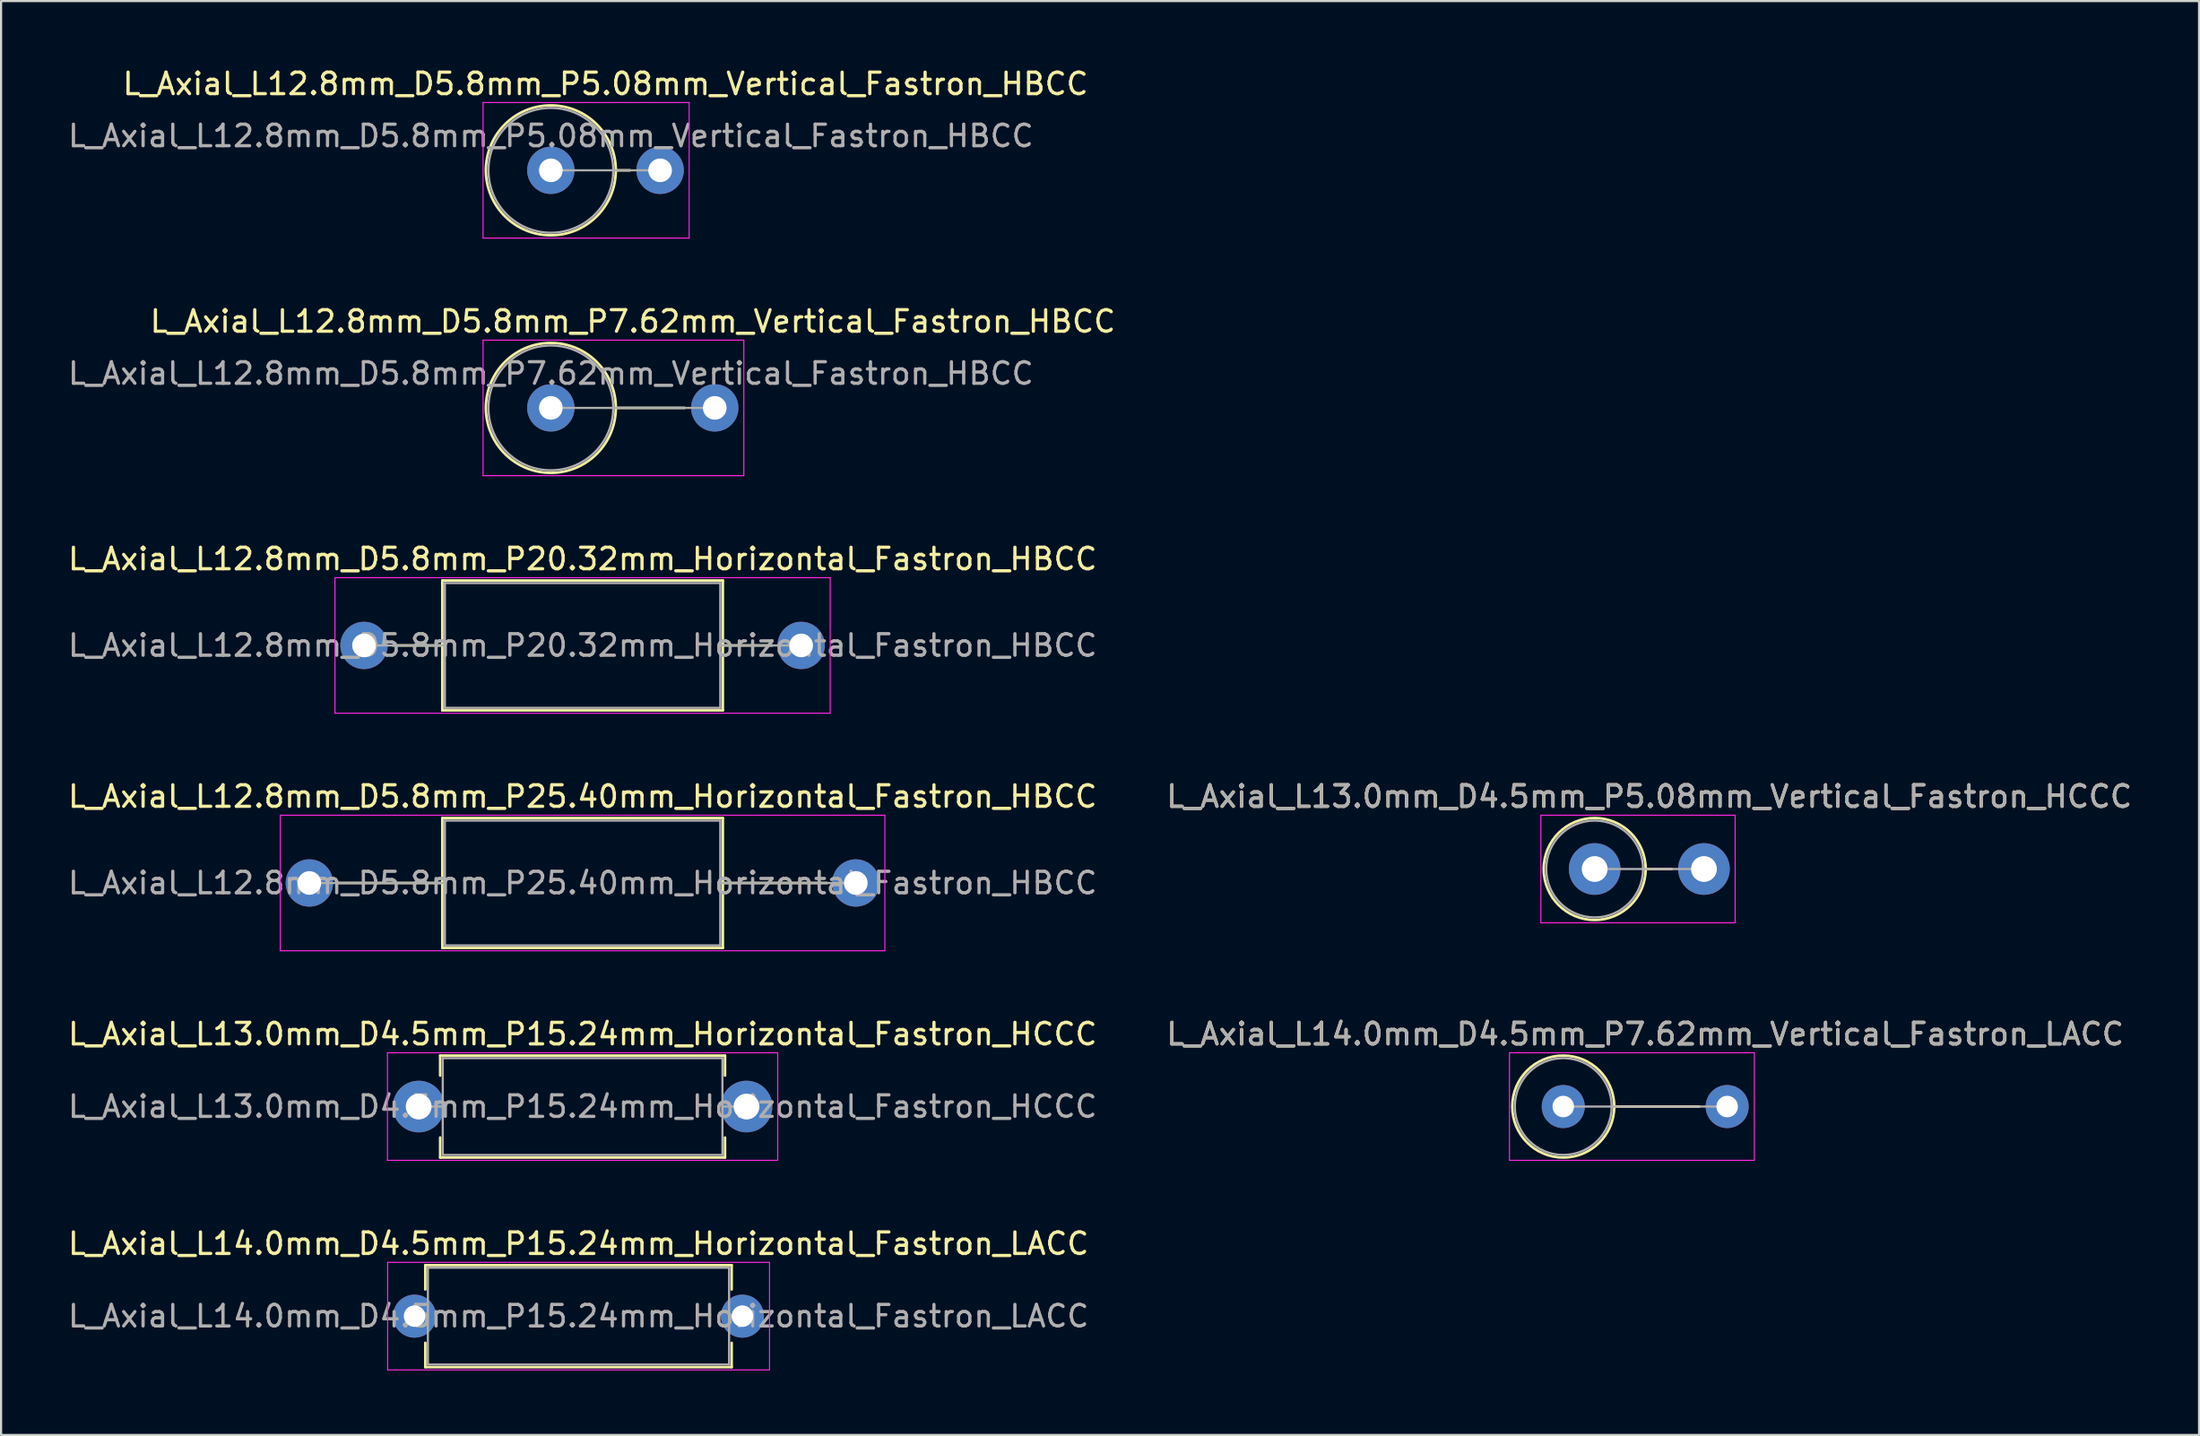
<source format=kicad_pcb>
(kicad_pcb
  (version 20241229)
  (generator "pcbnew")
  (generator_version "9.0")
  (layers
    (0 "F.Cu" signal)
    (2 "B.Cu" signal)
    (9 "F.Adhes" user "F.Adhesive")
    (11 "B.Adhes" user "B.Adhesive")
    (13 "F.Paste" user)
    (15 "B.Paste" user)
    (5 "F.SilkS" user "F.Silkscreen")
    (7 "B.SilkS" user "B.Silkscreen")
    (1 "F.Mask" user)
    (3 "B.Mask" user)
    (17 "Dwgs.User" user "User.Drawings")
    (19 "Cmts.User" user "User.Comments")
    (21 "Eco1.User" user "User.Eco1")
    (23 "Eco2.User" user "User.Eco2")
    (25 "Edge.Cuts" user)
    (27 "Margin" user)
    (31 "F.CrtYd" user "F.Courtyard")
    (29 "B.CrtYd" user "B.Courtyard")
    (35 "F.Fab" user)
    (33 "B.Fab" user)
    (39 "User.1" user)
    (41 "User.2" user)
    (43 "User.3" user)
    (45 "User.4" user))
  (footprint "L_Axial_L13.0mm_D4.5mm_P5.08mm_Vertical_Fastron_HCCC"
    (layer "F.Cu")
    (at 71.073 37.348)
    (property "Reference" "L_Axial_L13.0mm_D4.5mm_P5.08mm_Vertical_Fastron_HCCC" (at 2.54 -3.37 0) (layer "F.SilkS") (effects (font (size 1 1) (thickness 0.15))))
    (attr through_hole)
    (fp_line (start 2.37 0) (end 3.58 0) (stroke (width 0.12) (type solid)) (layer "F.SilkS"))
    (fp_circle (center 0 0) (end 2.37 0) (stroke (width 0.12) (type solid)) (fill no) (layer "F.SilkS"))
    (fp_line (start -2.5 -2.5) (end -2.5 2.5) (stroke (width 0.05) (type solid)) (layer "F.CrtYd"))
    (fp_line (start -2.5 2.5) (end 6.53 2.5) (stroke (width 0.05) (type solid)) (layer "F.CrtYd"))
    (fp_line (start 6.53 -2.5) (end -2.5 -2.5) (stroke (width 0.05) (type solid)) (layer "F.CrtYd"))
    (fp_line (start 6.53 2.5) (end 6.53 -2.5) (stroke (width 0.05) (type solid)) (layer "F.CrtYd"))
    (fp_line (start 0 0) (end 5.08 0) (stroke (width 0.1) (type solid)) (layer "F.Fab"))
    (fp_circle (center 0 0) (end 2.25 0) (stroke (width 0.1) (type solid)) (fill no) (layer "F.Fab"))
    (fp_text user "${REFERENCE}" (at 2.54 -3.37 0) (layer "F.Fab") (effects (font (size 1 1) (thickness 0.15))))
    (pad "1" thru_hole circle (at 0 0) (size 2.4 2.4) (drill 1.2) (layers "*.Cu" "*.Mask"))
    (pad "2" thru_hole oval (at 5.08 0) (size 2.4 2.4) (drill 1.2) (layers "*.Cu" "*.Mask")))
  (footprint "L_Axial_L14.0mm_D4.5mm_P7.62mm_Vertical_Fastron_LACC"
    (layer "F.Cu")
    (at 69.613 48.391)
    (property "Reference" "L_Axial_L14.0mm_D4.5mm_P7.62mm_Vertical_Fastron_LACC" (at 3.81 -3.37 0) (layer "F.SilkS") (effects (font (size 1 1) (thickness 0.15))))
    (attr through_hole)
    (fp_line (start 2.37 0) (end 6.32 0) (stroke (width 0.12) (type solid)) (layer "F.SilkS"))
    (fp_circle (center 0 0) (end 2.37 0) (stroke (width 0.12) (type solid)) (fill no) (layer "F.SilkS"))
    (fp_line (start -2.5 -2.5) (end -2.5 2.5) (stroke (width 0.05) (type solid)) (layer "F.CrtYd"))
    (fp_line (start -2.5 2.5) (end 8.88 2.5) (stroke (width 0.05) (type solid)) (layer "F.CrtYd"))
    (fp_line (start 8.88 -2.5) (end -2.5 -2.5) (stroke (width 0.05) (type solid)) (layer "F.CrtYd"))
    (fp_line (start 8.88 2.5) (end 8.88 -2.5) (stroke (width 0.05) (type solid)) (layer "F.CrtYd"))
    (fp_line (start 0 0) (end 7.62 0) (stroke (width 0.1) (type solid)) (layer "F.Fab"))
    (fp_circle (center 0 0) (end 2.25 0) (stroke (width 0.1) (type solid)) (fill no) (layer "F.Fab"))
    (fp_text user "${REFERENCE}" (at 3.81 -3.37 0) (layer "F.Fab") (effects (font (size 1 1) (thickness 0.15))))
    (pad "1" thru_hole circle (at 0 0) (size 2 2) (drill 1) (layers "*.Cu" "*.Mask"))
    (pad "2" thru_hole oval (at 7.62 0) (size 2 2) (drill 1) (layers "*.Cu" "*.Mask")))
  (footprint "L_Axial_L14.0mm_D4.5mm_P15.24mm_Horizontal_Fastron_LACC"
    (layer "F.Cu")
    (at 16.219 58.135)
    (property "Reference" "L_Axial_L14.0mm_D4.5mm_P15.24mm_Horizontal_Fastron_LACC" (at 7.62 -3.37 0) (layer "F.SilkS") (effects (font (size 1 1) (thickness 0.15))))
    (attr through_hole)
    (fp_line (start 0.5 -2.37) (end 14.74 -2.37) (stroke (width 0.12) (type solid)) (layer "F.SilkS"))
    (fp_line (start 0.5 -1.24) (end 0.5 -2.37) (stroke (width 0.12) (type solid)) (layer "F.SilkS"))
    (fp_line (start 0.5 1.24) (end 0.5 2.37) (stroke (width 0.12) (type solid)) (layer "F.SilkS"))
    (fp_line (start 0.5 2.37) (end 14.74 2.37) (stroke (width 0.12) (type solid)) (layer "F.SilkS"))
    (fp_line (start 14.74 -2.37) (end 14.74 -1.24) (stroke (width 0.12) (type solid)) (layer "F.SilkS"))
    (fp_line (start 14.74 2.37) (end 14.74 1.24) (stroke (width 0.12) (type solid)) (layer "F.SilkS"))
    (fp_line (start -1.25 -2.5) (end -1.25 2.5) (stroke (width 0.05) (type solid)) (layer "F.CrtYd"))
    (fp_line (start -1.25 2.5) (end 16.5 2.5) (stroke (width 0.05) (type solid)) (layer "F.CrtYd"))
    (fp_line (start 16.5 -2.5) (end -1.25 -2.5) (stroke (width 0.05) (type solid)) (layer "F.CrtYd"))
    (fp_line (start 16.5 2.5) (end 16.5 -2.5) (stroke (width 0.05) (type solid)) (layer "F.CrtYd"))
    (fp_line (start 0 0) (end 0.62 0) (stroke (width 0.1) (type solid)) (layer "F.Fab"))
    (fp_line (start 0.62 -2.25) (end 0.62 2.25) (stroke (width 0.1) (type solid)) (layer "F.Fab"))
    (fp_line (start 0.62 2.25) (end 14.62 2.25) (stroke (width 0.1) (type solid)) (layer "F.Fab"))
    (fp_line (start 14.62 -2.25) (end 0.62 -2.25) (stroke (width 0.1) (type solid)) (layer "F.Fab"))
    (fp_line (start 14.62 2.25) (end 14.62 -2.25) (stroke (width 0.1) (type solid)) (layer "F.Fab"))
    (fp_line (start 15.24 0) (end 14.62 0) (stroke (width 0.1) (type solid)) (layer "F.Fab"))
    (fp_text user "${REFERENCE}" (at 7.62 0 0) (layer "F.Fab") (effects (font (size 1 1) (thickness 0.15))))
    (pad "1" thru_hole circle (at 0 0) (size 2 2) (drill 1) (layers "*.Cu" "*.Mask"))
    (pad "2" thru_hole oval (at 15.24 0) (size 2 2) (drill 1) (layers "*.Cu" "*.Mask")))
  (footprint "L_Axial_L13.0mm_D4.5mm_P15.24mm_Horizontal_Fastron_HCCC"
    (layer "F.Cu")
    (at 16.41 48.391)
    (property "Reference" "L_Axial_L13.0mm_D4.5mm_P15.24mm_Horizontal_Fastron_HCCC" (at 7.62 -3.37 0) (layer "F.SilkS") (effects (font (size 1 1) (thickness 0.15))))
    (attr through_hole)
    (fp_line (start 1 -2.37) (end 14.24 -2.37) (stroke (width 0.12) (type solid)) (layer "F.SilkS"))
    (fp_line (start 1 -1.44) (end 1 -2.37) (stroke (width 0.12) (type solid)) (layer "F.SilkS"))
    (fp_line (start 1 1.44) (end 1 2.37) (stroke (width 0.12) (type solid)) (layer "F.SilkS"))
    (fp_line (start 1 2.37) (end 14.24 2.37) (stroke (width 0.12) (type solid)) (layer "F.SilkS"))
    (fp_line (start 14.24 -2.37) (end 14.24 -1.44) (stroke (width 0.12) (type solid)) (layer "F.SilkS"))
    (fp_line (start 14.24 2.37) (end 14.24 1.44) (stroke (width 0.12) (type solid)) (layer "F.SilkS"))
    (fp_line (start -1.45 -2.5) (end -1.45 2.5) (stroke (width 0.05) (type solid)) (layer "F.CrtYd"))
    (fp_line (start -1.45 2.5) (end 16.69 2.5) (stroke (width 0.05) (type solid)) (layer "F.CrtYd"))
    (fp_line (start 16.69 -2.5) (end -1.45 -2.5) (stroke (width 0.05) (type solid)) (layer "F.CrtYd"))
    (fp_line (start 16.69 2.5) (end 16.69 -2.5) (stroke (width 0.05) (type solid)) (layer "F.CrtYd"))
    (fp_line (start 0 0) (end 1.12 0) (stroke (width 0.1) (type solid)) (layer "F.Fab"))
    (fp_line (start 1.12 -2.25) (end 1.12 2.25) (stroke (width 0.1) (type solid)) (layer "F.Fab"))
    (fp_line (start 1.12 2.25) (end 14.12 2.25) (stroke (width 0.1) (type solid)) (layer "F.Fab"))
    (fp_line (start 14.12 -2.25) (end 1.12 -2.25) (stroke (width 0.1) (type solid)) (layer "F.Fab"))
    (fp_line (start 14.12 2.25) (end 14.12 -2.25) (stroke (width 0.1) (type solid)) (layer "F.Fab"))
    (fp_line (start 15.24 0) (end 14.12 0) (stroke (width 0.1) (type solid)) (layer "F.Fab"))
    (fp_text user "${REFERENCE}" (at 7.62 0 0) (layer "F.Fab") (effects (font (size 1 1) (thickness 0.15))))
    (pad "1" thru_hole circle (at 0 0) (size 2.4 2.4) (drill 1.2) (layers "*.Cu" "*.Mask"))
    (pad "2" thru_hole oval (at 15.24 0) (size 2.4 2.4) (drill 1.2) (layers "*.Cu" "*.Mask")))
  (footprint "L_Axial_L12.8mm_D5.8mm_P25.40mm_Horizontal_Fastron_HBCC"
    (layer "F.Cu")
    (at 11.33 37.998)
    (property "Reference" "L_Axial_L12.8mm_D5.8mm_P25.40mm_Horizontal_Fastron_HBCC" (at 12.7 -4.02 0) (layer "F.SilkS") (effects (font (size 1 1) (thickness 0.15))))
    (attr through_hole)
    (fp_line (start 1.34 0) (end 6.18 0) (stroke (width 0.12) (type solid)) (layer "F.SilkS"))
    (fp_line (start 6.18 -3.02) (end 6.18 3.02) (stroke (width 0.12) (type solid)) (layer "F.SilkS"))
    (fp_line (start 6.18 3.02) (end 19.22 3.02) (stroke (width 0.12) (type solid)) (layer "F.SilkS"))
    (fp_line (start 19.22 -3.02) (end 6.18 -3.02) (stroke (width 0.12) (type solid)) (layer "F.SilkS"))
    (fp_line (start 19.22 3.02) (end 19.22 -3.02) (stroke (width 0.12) (type solid)) (layer "F.SilkS"))
    (fp_line (start 24.06 0) (end 19.22 0) (stroke (width 0.12) (type solid)) (layer "F.SilkS"))
    (fp_line (start -1.35 -3.15) (end -1.35 3.15) (stroke (width 0.05) (type solid)) (layer "F.CrtYd"))
    (fp_line (start -1.35 3.15) (end 26.75 3.15) (stroke (width 0.05) (type solid)) (layer "F.CrtYd"))
    (fp_line (start 26.75 -3.15) (end -1.35 -3.15) (stroke (width 0.05) (type solid)) (layer "F.CrtYd"))
    (fp_line (start 26.75 3.15) (end 26.75 -3.15) (stroke (width 0.05) (type solid)) (layer "F.CrtYd"))
    (fp_line (start 0 0) (end 6.3 0) (stroke (width 0.1) (type solid)) (layer "F.Fab"))
    (fp_line (start 6.3 -2.9) (end 6.3 2.9) (stroke (width 0.1) (type solid)) (layer "F.Fab"))
    (fp_line (start 6.3 2.9) (end 19.1 2.9) (stroke (width 0.1) (type solid)) (layer "F.Fab"))
    (fp_line (start 19.1 -2.9) (end 6.3 -2.9) (stroke (width 0.1) (type solid)) (layer "F.Fab"))
    (fp_line (start 19.1 2.9) (end 19.1 -2.9) (stroke (width 0.1) (type solid)) (layer "F.Fab"))
    (fp_line (start 25.4 0) (end 19.1 0) (stroke (width 0.1) (type solid)) (layer "F.Fab"))
    (fp_text user "${REFERENCE}" (at 12.7 0 0) (layer "F.Fab") (effects (font (size 1 1) (thickness 0.15))))
    (pad "1" thru_hole circle (at 0 0) (size 2.2 2.2) (drill 1.1) (layers "*.Cu" "*.Mask"))
    (pad "2" thru_hole oval (at 25.4 0) (size 2.2 2.2) (drill 1.1) (layers "*.Cu" "*.Mask")))
  (footprint "L_Axial_L12.8mm_D5.8mm_P7.62mm_Vertical_Fastron_HBCC"
    (layer "F.Cu")
    (at 22.554 15.912)
    (property "Reference" "L_Axial_L12.8mm_D5.8mm_P7.62mm_Vertical_Fastron_HBCC" (at 3.81 -4.02 0) (layer "F.SilkS") (effects (font (size 1 1) (thickness 0.15))))
    (attr through_hole)
    (fp_line (start 3.02 0) (end 6.22 0) (stroke (width 0.12) (type solid)) (layer "F.SilkS"))
    (fp_circle (center 0 0) (end 3.02 0) (stroke (width 0.12) (type solid)) (fill no) (layer "F.SilkS"))
    (fp_line (start -3.15 -3.15) (end -3.15 3.15) (stroke (width 0.05) (type solid)) (layer "F.CrtYd"))
    (fp_line (start -3.15 3.15) (end 8.97 3.15) (stroke (width 0.05) (type solid)) (layer "F.CrtYd"))
    (fp_line (start 8.97 -3.15) (end -3.15 -3.15) (stroke (width 0.05) (type solid)) (layer "F.CrtYd"))
    (fp_line (start 8.97 3.15) (end 8.97 -3.15) (stroke (width 0.05) (type solid)) (layer "F.CrtYd"))
    (fp_line (start 0 0) (end 7.62 0) (stroke (width 0.1) (type solid)) (layer "F.Fab"))
    (fp_circle (center 0 0) (end 2.9 0) (stroke (width 0.1) (type solid)) (fill no) (layer "F.Fab"))
    (fp_text user "${REFERENCE}" (at 0 -1.6 0) (layer "F.Fab") (effects (font (size 1 1) (thickness 0.15))))
    (pad "1" thru_hole circle (at 0 0) (size 2.2 2.2) (drill 1.1) (layers "*.Cu" "*.Mask"))
    (pad "2" thru_hole oval (at 7.62 0) (size 2.2 2.2) (drill 1.1) (layers "*.Cu" "*.Mask")))
  (footprint "L_Axial_L12.8mm_D5.8mm_P5.08mm_Vertical_Fastron_HBCC"
    (layer "F.Cu")
    (at 22.554 4.868)
    (property "Reference" "L_Axial_L12.8mm_D5.8mm_P5.08mm_Vertical_Fastron_HBCC" (at 2.54 -4.02 0) (layer "F.SilkS") (effects (font (size 1 1) (thickness 0.15))))
    (attr through_hole)
    (fp_line (start 3.02 0) (end 3.68 0) (stroke (width 0.12) (type solid)) (layer "F.SilkS"))
    (fp_circle (center 0 0) (end 3.02 0) (stroke (width 0.12) (type solid)) (fill no) (layer "F.SilkS"))
    (fp_line (start -3.15 -3.15) (end -3.15 3.15) (stroke (width 0.05) (type solid)) (layer "F.CrtYd"))
    (fp_line (start -3.15 3.15) (end 6.43 3.15) (stroke (width 0.05) (type solid)) (layer "F.CrtYd"))
    (fp_line (start 6.43 -3.15) (end -3.15 -3.15) (stroke (width 0.05) (type solid)) (layer "F.CrtYd"))
    (fp_line (start 6.43 3.15) (end 6.43 -3.15) (stroke (width 0.05) (type solid)) (layer "F.CrtYd"))
    (fp_line (start 0 0) (end 5.08 0) (stroke (width 0.1) (type solid)) (layer "F.Fab"))
    (fp_circle (center 0 0) (end 2.9 0) (stroke (width 0.1) (type solid)) (fill no) (layer "F.Fab"))
    (fp_text user "${REFERENCE}" (at 0 -1.6 0) (layer "F.Fab") (effects (font (size 1 1) (thickness 0.15))))
    (pad "1" thru_hole circle (at 0 0) (size 2.2 2.2) (drill 1.1) (layers "*.Cu" "*.Mask"))
    (pad "2" thru_hole oval (at 5.08 0) (size 2.2 2.2) (drill 1.1) (layers "*.Cu" "*.Mask")))
  (footprint "L_Axial_L12.8mm_D5.8mm_P20.32mm_Horizontal_Fastron_HBCC"
    (layer "F.Cu")
    (at 13.87 26.955)
    (property "Reference" "L_Axial_L12.8mm_D5.8mm_P20.32mm_Horizontal_Fastron_HBCC" (at 10.16 -4.02 0) (layer "F.SilkS") (effects (font (size 1 1) (thickness 0.15))))
    (attr through_hole)
    (fp_line (start 1.34 0) (end 3.64 0) (stroke (width 0.12) (type solid)) (layer "F.SilkS"))
    (fp_line (start 3.64 -3.02) (end 3.64 3.02) (stroke (width 0.12) (type solid)) (layer "F.SilkS"))
    (fp_line (start 3.64 3.02) (end 16.68 3.02) (stroke (width 0.12) (type solid)) (layer "F.SilkS"))
    (fp_line (start 16.68 -3.02) (end 3.64 -3.02) (stroke (width 0.12) (type solid)) (layer "F.SilkS"))
    (fp_line (start 16.68 3.02) (end 16.68 -3.02) (stroke (width 0.12) (type solid)) (layer "F.SilkS"))
    (fp_line (start 18.98 0) (end 16.68 0) (stroke (width 0.12) (type solid)) (layer "F.SilkS"))
    (fp_line (start -1.35 -3.15) (end -1.35 3.15) (stroke (width 0.05) (type solid)) (layer "F.CrtYd"))
    (fp_line (start -1.35 3.15) (end 21.67 3.15) (stroke (width 0.05) (type solid)) (layer "F.CrtYd"))
    (fp_line (start 21.67 -3.15) (end -1.35 -3.15) (stroke (width 0.05) (type solid)) (layer "F.CrtYd"))
    (fp_line (start 21.67 3.15) (end 21.67 -3.15) (stroke (width 0.05) (type solid)) (layer "F.CrtYd"))
    (fp_line (start 0 0) (end 3.76 0) (stroke (width 0.1) (type solid)) (layer "F.Fab"))
    (fp_line (start 3.76 -2.9) (end 3.76 2.9) (stroke (width 0.1) (type solid)) (layer "F.Fab"))
    (fp_line (start 3.76 2.9) (end 16.56 2.9) (stroke (width 0.1) (type solid)) (layer "F.Fab"))
    (fp_line (start 16.56 -2.9) (end 3.76 -2.9) (stroke (width 0.1) (type solid)) (layer "F.Fab"))
    (fp_line (start 16.56 2.9) (end 16.56 -2.9) (stroke (width 0.1) (type solid)) (layer "F.Fab"))
    (fp_line (start 20.32 0) (end 16.56 0) (stroke (width 0.1) (type solid)) (layer "F.Fab"))
    (fp_text user "${REFERENCE}" (at 10.16 0 0) (layer "F.Fab") (effects (font (size 1 1) (thickness 0.15))))
    (pad "1" thru_hole circle (at 0 0) (size 2.2 2.2) (drill 1.1) (layers "*.Cu" "*.Mask"))
    (pad "2" thru_hole oval (at 20.32 0) (size 2.2 2.2) (drill 1.1) (layers "*.Cu" "*.Mask")))
  (gr_rect
    (start -3 -3)
    (end 99.167 63.66)
    (stroke (width 0.1) (type default))
    (fill no)
    (layer "Edge.Cuts")))
</source>
